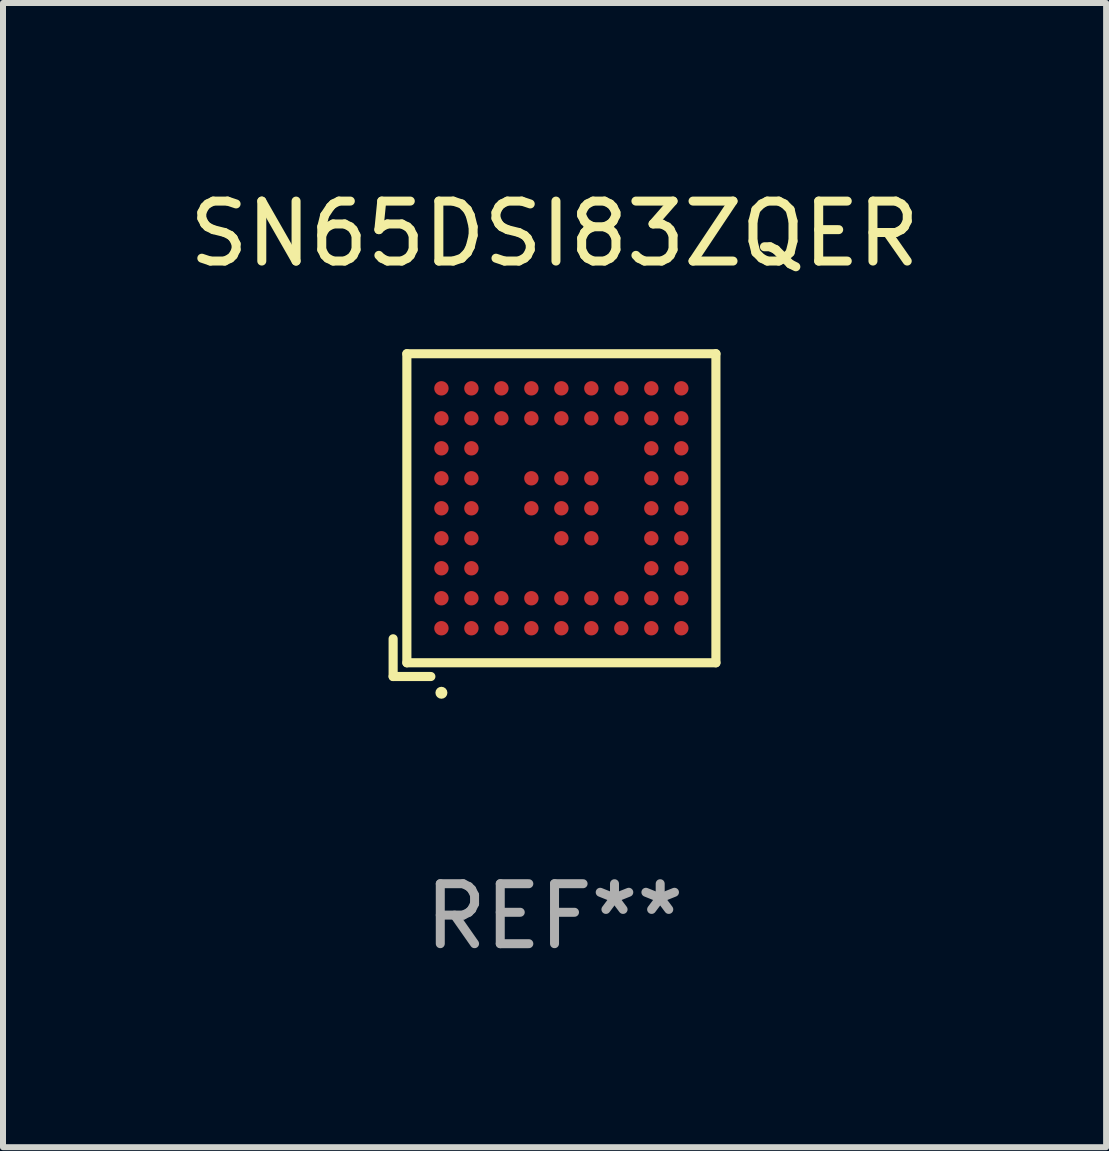
<source format=kicad_pcb>
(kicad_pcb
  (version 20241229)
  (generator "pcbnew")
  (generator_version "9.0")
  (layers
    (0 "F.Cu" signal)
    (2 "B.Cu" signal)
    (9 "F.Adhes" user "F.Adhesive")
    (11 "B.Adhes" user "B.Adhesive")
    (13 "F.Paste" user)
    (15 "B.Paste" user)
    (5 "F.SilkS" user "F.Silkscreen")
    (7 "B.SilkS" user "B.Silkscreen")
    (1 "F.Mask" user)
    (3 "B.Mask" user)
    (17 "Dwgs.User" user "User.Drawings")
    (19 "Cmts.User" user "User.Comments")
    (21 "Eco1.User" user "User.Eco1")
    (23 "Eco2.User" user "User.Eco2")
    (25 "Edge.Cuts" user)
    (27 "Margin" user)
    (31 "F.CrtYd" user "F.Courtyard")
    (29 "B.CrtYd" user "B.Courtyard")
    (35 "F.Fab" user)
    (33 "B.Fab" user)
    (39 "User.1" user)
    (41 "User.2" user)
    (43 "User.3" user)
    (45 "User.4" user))
  (footprint "SN65DSI83ZQER"
    (layer "F.Cu")
    (at 6.196 5.539)
    (property "Reference" "SN65DSI83ZQER" (at 0 -4.691 0) (layer "F.SilkS") (effects (font (size 1 1) (thickness 0.15))))
    (attr through_hole)
    (fp_line (start -2.691 2.062) (end -2.691 2.691) (stroke (width 0.152) (type solid)) (layer "F.SilkS"))
    (fp_line (start -2.691 2.691) (end -2.062 2.691) (stroke (width 0.152) (type solid)) (layer "F.SilkS"))
    (fp_line (start -2.462 -2.691) (end 2.691 -2.691) (stroke (width 0.152) (type solid)) (layer "F.SilkS"))
    (fp_line (start -2.462 2.462) (end -2.462 -2.691) (stroke (width 0.152) (type solid)) (layer "F.SilkS"))
    (fp_line (start 2.691 -2.691) (end 2.691 2.462) (stroke (width 0.152) (type solid)) (layer "F.SilkS"))
    (fp_line (start 2.691 2.462) (end -2.462 2.462) (stroke (width 0.152) (type solid)) (layer "F.SilkS"))
    (fp_circle (center -1.886 2.962) (end -1.836 2.962) (stroke (width 0.1) (type solid)) (fill no) (layer "F.SilkS"))
    (fp_text user "REF**" (at 0 6.691 0) (layer "F.Fab") (effects (font (size 1 1) (thickness 0.15))))
    (pad "A1" smd circle (at -1.886 1.886) (size 0.24 0.24) (layers "F.Cu" "F.Mask" "F.Paste"))
    (pad "A2" smd circle (at -1.886 1.386) (size 0.24 0.24) (layers "F.Cu" "F.Mask" "F.Paste"))
    (pad "A3" smd circle (at -1.886 0.886) (size 0.24 0.24) (layers "F.Cu" "F.Mask" "F.Paste"))
    (pad "A4" smd circle (at -1.886 0.386) (size 0.24 0.24) (layers "F.Cu" "F.Mask" "F.Paste"))
    (pad "A5" smd circle (at -1.886 -0.114) (size 0.24 0.24) (layers "F.Cu" "F.Mask" "F.Paste"))
    (pad "A6" smd circle (at -1.886 -0.614) (size 0.24 0.24) (layers "F.Cu" "F.Mask" "F.Paste"))
    (pad "A7" smd circle (at -1.886 -1.114) (size 0.24 0.24) (layers "F.Cu" "F.Mask" "F.Paste"))
    (pad "A8" smd circle (at -1.886 -1.614) (size 0.24 0.24) (layers "F.Cu" "F.Mask" "F.Paste"))
    (pad "A9" smd circle (at -1.886 -2.114) (size 0.24 0.24) (layers "F.Cu" "F.Mask" "F.Paste"))
    (pad "B1" smd circle (at -1.386 1.886) (size 0.24 0.24) (layers "F.Cu" "F.Mask" "F.Paste"))
    (pad "B2" smd circle (at -1.386 1.386) (size 0.24 0.24) (layers "F.Cu" "F.Mask" "F.Paste"))
    (pad "B3" smd circle (at -1.386 0.886) (size 0.24 0.24) (layers "F.Cu" "F.Mask" "F.Paste"))
    (pad "B4" smd circle (at -1.386 0.386) (size 0.24 0.24) (layers "F.Cu" "F.Mask" "F.Paste"))
    (pad "B5" smd circle (at -1.386 -0.114) (size 0.24 0.24) (layers "F.Cu" "F.Mask" "F.Paste"))
    (pad "B6" smd circle (at -1.386 -0.614) (size 0.24 0.24) (layers "F.Cu" "F.Mask" "F.Paste"))
    (pad "B7" smd circle (at -1.386 -1.114) (size 0.24 0.24) (layers "F.Cu" "F.Mask" "F.Paste"))
    (pad "B8" smd circle (at -1.386 -1.614) (size 0.24 0.24) (layers "F.Cu" "F.Mask" "F.Paste"))
    (pad "B9" smd circle (at -1.386 -2.114) (size 0.24 0.24) (layers "F.Cu" "F.Mask" "F.Paste"))
    (pad "C1" smd circle (at -0.886 1.886) (size 0.24 0.24) (layers "F.Cu" "F.Mask" "F.Paste"))
    (pad "C2" smd circle (at -0.886 1.386) (size 0.24 0.24) (layers "F.Cu" "F.Mask" "F.Paste"))
    (pad "C8" smd circle (at -0.886 -1.614) (size 0.24 0.24) (layers "F.Cu" "F.Mask" "F.Paste"))
    (pad "C9" smd circle (at -0.886 -2.114) (size 0.24 0.24) (layers "F.Cu" "F.Mask" "F.Paste"))
    (pad "D1" smd circle (at -0.386 1.886) (size 0.24 0.24) (layers "F.Cu" "F.Mask" "F.Paste"))
    (pad "D2" smd circle (at -0.386 1.386) (size 0.24 0.24) (layers "F.Cu" "F.Mask" "F.Paste"))
    (pad "D5" smd circle (at -0.386 -0.114) (size 0.24 0.24) (layers "F.Cu" "F.Mask" "F.Paste"))
    (pad "D6" smd circle (at -0.386 -0.614) (size 0.24 0.24) (layers "F.Cu" "F.Mask" "F.Paste"))
    (pad "D8" smd circle (at -0.386 -1.614) (size 0.24 0.24) (layers "F.Cu" "F.Mask" "F.Paste"))
    (pad "D9" smd circle (at -0.386 -2.114) (size 0.24 0.24) (layers "F.Cu" "F.Mask" "F.Paste"))
    (pad "E1" smd circle (at 0.114 1.886) (size 0.24 0.24) (layers "F.Cu" "F.Mask" "F.Paste"))
    (pad "E2" smd circle (at 0.114 1.386) (size 0.24 0.24) (layers "F.Cu" "F.Mask" "F.Paste"))
    (pad "E4" smd circle (at 0.114 0.386) (size 0.24 0.24) (layers "F.Cu" "F.Mask" "F.Paste"))
    (pad "E5" smd circle (at 0.114 -0.114) (size 0.24 0.24) (layers "F.Cu" "F.Mask" "F.Paste"))
    (pad "E6" smd circle (at 0.114 -0.614) (size 0.24 0.24) (layers "F.Cu" "F.Mask" "F.Paste"))
    (pad "E8" smd circle (at 0.114 -1.614) (size 0.24 0.24) (layers "F.Cu" "F.Mask" "F.Paste"))
    (pad "E9" smd circle (at 0.114 -2.114) (size 0.24 0.24) (layers "F.Cu" "F.Mask" "F.Paste"))
    (pad "F1" smd circle (at 0.614 1.886) (size 0.24 0.24) (layers "F.Cu" "F.Mask" "F.Paste"))
    (pad "F2" smd circle (at 0.614 1.386) (size 0.24 0.24) (layers "F.Cu" "F.Mask" "F.Paste"))
    (pad "F4" smd circle (at 0.614 0.386) (size 0.24 0.24) (layers "F.Cu" "F.Mask" "F.Paste"))
    (pad "F5" smd circle (at 0.614 -0.114) (size 0.24 0.24) (layers "F.Cu" "F.Mask" "F.Paste"))
    (pad "F6" smd circle (at 0.614 -0.614) (size 0.24 0.24) (layers "F.Cu" "F.Mask" "F.Paste"))
    (pad "F8" smd circle (at 0.614 -1.614) (size 0.24 0.24) (layers "F.Cu" "F.Mask" "F.Paste"))
    (pad "F9" smd circle (at 0.614 -2.114) (size 0.24 0.24) (layers "F.Cu" "F.Mask" "F.Paste"))
    (pad "G1" smd circle (at 1.114 1.886) (size 0.24 0.24) (layers "F.Cu" "F.Mask" "F.Paste"))
    (pad "G2" smd circle (at 1.114 1.386) (size 0.24 0.24) (layers "F.Cu" "F.Mask" "F.Paste"))
    (pad "G8" smd circle (at 1.114 -1.614) (size 0.24 0.24) (layers "F.Cu" "F.Mask" "F.Paste"))
    (pad "G9" smd circle (at 1.114 -2.114) (size 0.24 0.24) (layers "F.Cu" "F.Mask" "F.Paste"))
    (pad "H1" smd circle (at 1.614 1.886) (size 0.24 0.24) (layers "F.Cu" "F.Mask" "F.Paste"))
    (pad "H2" smd circle (at 1.614 1.386) (size 0.24 0.24) (layers "F.Cu" "F.Mask" "F.Paste"))
    (pad "H3" smd circle (at 1.614 0.886) (size 0.24 0.24) (layers "F.Cu" "F.Mask" "F.Paste"))
    (pad "H4" smd circle (at 1.614 0.386) (size 0.24 0.24) (layers "F.Cu" "F.Mask" "F.Paste"))
    (pad "H5" smd circle (at 1.614 -0.114) (size 0.24 0.24) (layers "F.Cu" "F.Mask" "F.Paste"))
    (pad "H6" smd circle (at 1.614 -0.614) (size 0.24 0.24) (layers "F.Cu" "F.Mask" "F.Paste"))
    (pad "H7" smd circle (at 1.614 -1.114) (size 0.24 0.24) (layers "F.Cu" "F.Mask" "F.Paste"))
    (pad "H8" smd circle (at 1.614 -1.614) (size 0.24 0.24) (layers "F.Cu" "F.Mask" "F.Paste"))
    (pad "H9" smd circle (at 1.614 -2.114) (size 0.24 0.24) (layers "F.Cu" "F.Mask" "F.Paste"))
    (pad "J1" smd circle (at 2.114 1.886) (size 0.24 0.24) (layers "F.Cu" "F.Mask" "F.Paste"))
    (pad "J2" smd circle (at 2.114 1.386) (size 0.24 0.24) (layers "F.Cu" "F.Mask" "F.Paste"))
    (pad "J3" smd circle (at 2.114 0.886) (size 0.24 0.24) (layers "F.Cu" "F.Mask" "F.Paste"))
    (pad "J4" smd circle (at 2.114 0.386) (size 0.24 0.24) (layers "F.Cu" "F.Mask" "F.Paste"))
    (pad "J5" smd circle (at 2.114 -0.114) (size 0.24 0.24) (layers "F.Cu" "F.Mask" "F.Paste"))
    (pad "J6" smd circle (at 2.114 -0.614) (size 0.24 0.24) (layers "F.Cu" "F.Mask" "F.Paste"))
    (pad "J7" smd circle (at 2.114 -1.114) (size 0.24 0.24) (layers "F.Cu" "F.Mask" "F.Paste"))
    (pad "J8" smd circle (at 2.114 -1.614) (size 0.24 0.24) (layers "F.Cu" "F.Mask" "F.Paste"))
    (pad "J9" smd circle (at 2.114 -2.114) (size 0.24 0.24) (layers "F.Cu" "F.Mask" "F.Paste")))
  (gr_rect
    (start -3 -3)
    (end 15.393 16.078)
    (stroke (width 0.1) (type default))
    (fill no)
    (layer "Edge.Cuts")))
</source>
